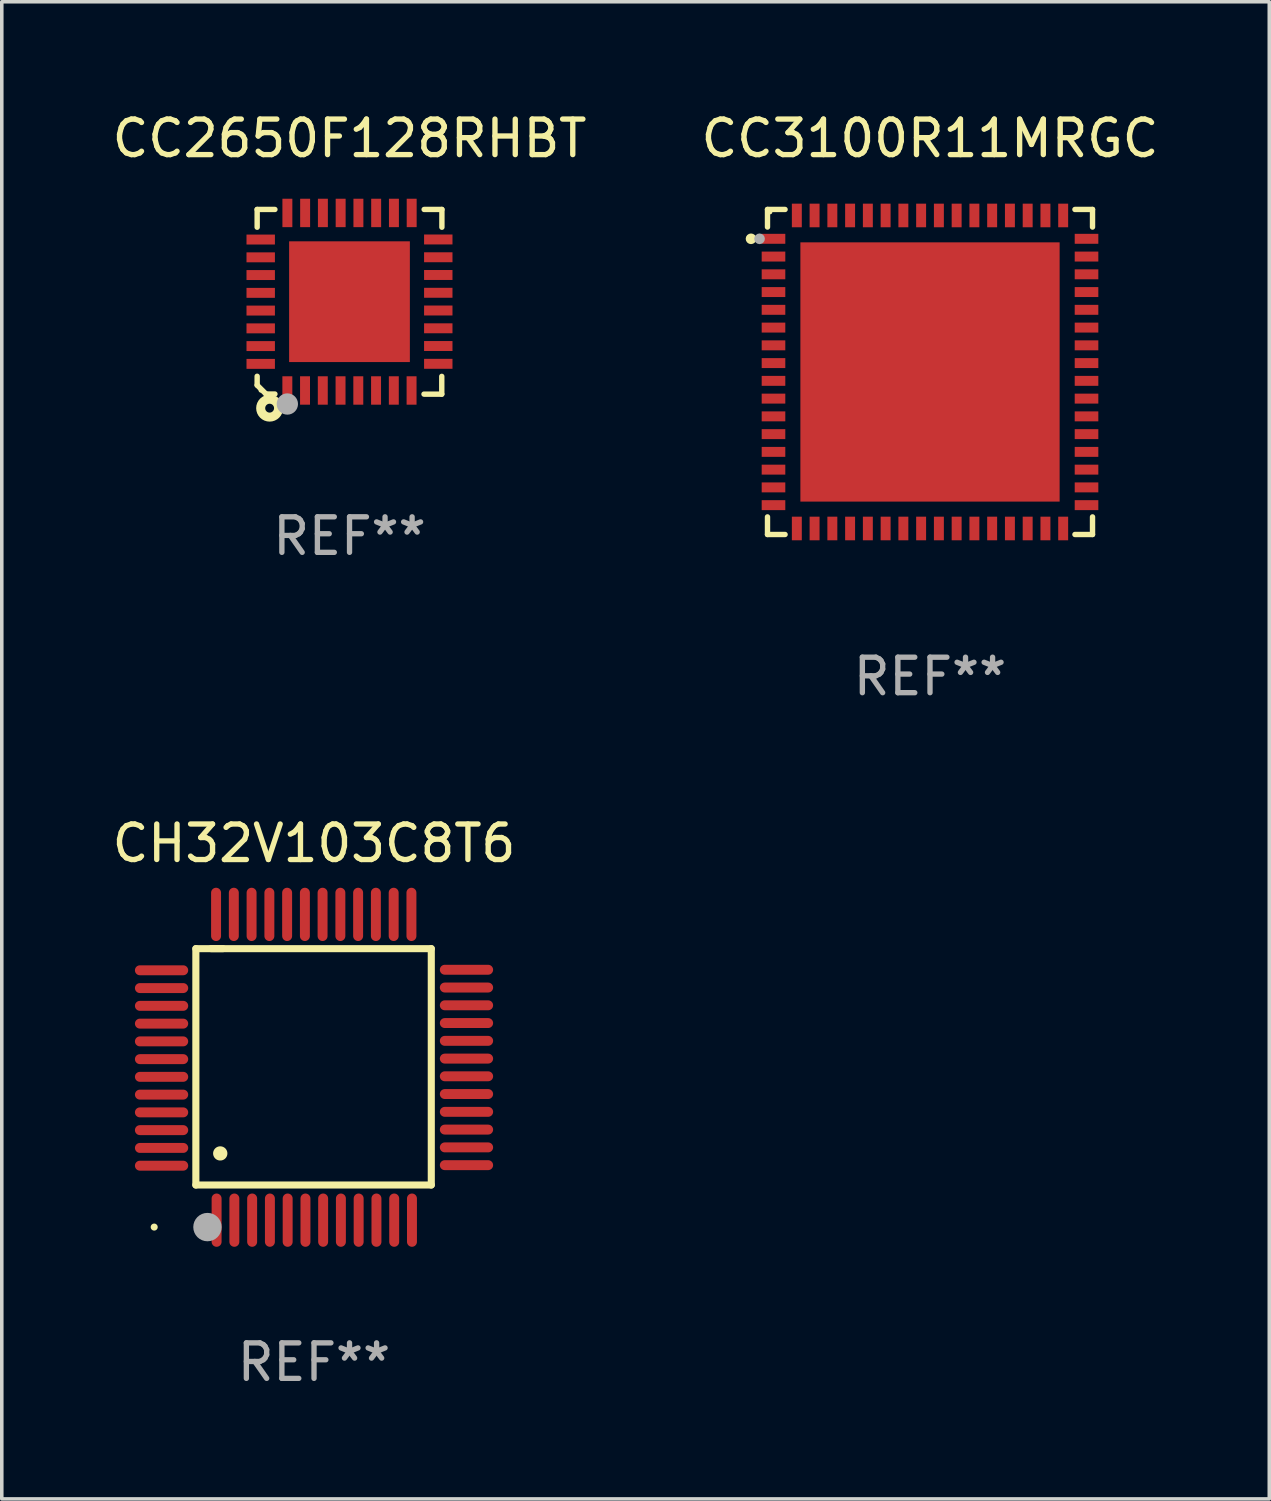
<source format=kicad_pcb>
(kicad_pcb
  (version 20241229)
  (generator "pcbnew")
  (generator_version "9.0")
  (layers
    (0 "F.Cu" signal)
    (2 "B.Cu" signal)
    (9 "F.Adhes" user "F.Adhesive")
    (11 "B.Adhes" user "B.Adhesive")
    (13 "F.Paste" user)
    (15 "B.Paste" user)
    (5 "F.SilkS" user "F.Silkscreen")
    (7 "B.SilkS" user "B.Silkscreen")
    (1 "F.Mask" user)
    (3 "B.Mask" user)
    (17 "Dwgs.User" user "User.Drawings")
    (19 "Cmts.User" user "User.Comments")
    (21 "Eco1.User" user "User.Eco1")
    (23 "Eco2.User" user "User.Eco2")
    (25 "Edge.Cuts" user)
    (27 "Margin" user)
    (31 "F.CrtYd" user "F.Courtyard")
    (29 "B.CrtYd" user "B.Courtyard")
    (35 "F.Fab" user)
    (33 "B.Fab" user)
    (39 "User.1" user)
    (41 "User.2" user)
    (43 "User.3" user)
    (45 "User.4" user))
  (footprint "CH32V103C8T6"
    (layer "F.Cu")
    (at 5.792 27.002)
    (property "Reference" "CH32V103C8T6" (at 0 -6.305 0) (layer "F.SilkS") (effects (font (size 1 1) (thickness 0.15))))
    (attr through_hole)
    (fp_line (start -3.327 -3.34) (end -2.565 -3.34) (stroke (width 0.2) (type solid)) (layer "F.SilkS"))
    (fp_line (start -3.327 3.315) (end -3.327 -3.34) (stroke (width 0.2) (type solid)) (layer "F.SilkS"))
    (fp_line (start -2.896 -3.34) (end 3.302 -3.34) (stroke (width 0.2) (type solid)) (layer "F.SilkS"))
    (fp_line (start 3.302 -3.34) (end 3.302 3.315) (stroke (width 0.2) (type solid)) (layer "F.SilkS"))
    (fp_line (start 3.302 3.315) (end -3.327 3.315) (stroke (width 0.2) (type solid)) (layer "F.SilkS"))
    (fp_arc (start -2.641605 2.425705) (mid -2.640335 2.425701) (end -2.639065 2.425705) (stroke (width 0.4) (type solid)) (layer "F.SilkS"))
    (fp_circle (center -4.5 4.5) (end -4.45 4.5) (stroke (width 0.1) (type solid)) (fill no) (layer "F.SilkS"))
    (fp_circle (center -3 4.5) (end -2.8 4.5) (stroke (width 0.4) (type solid)) (fill no) (layer "F.Fab"))
    (fp_text user "REF**" (at 0 8.305 0) (layer "F.Fab") (effects (font (size 1 1) (thickness 0.15))))
    (pad "1" smd oval (at -2.743 4.305 180) (size 0.28 1.5) (layers "F.Cu" "F.Mask" "F.Paste"))
    (pad "2" smd oval (at -2.243 4.305 180) (size 0.28 1.5) (layers "F.Cu" "F.Mask" "F.Paste"))
    (pad "3" smd oval (at -1.742 4.305 180) (size 0.28 1.5) (layers "F.Cu" "F.Mask" "F.Paste"))
    (pad "4" smd oval (at -1.242 4.305 180) (size 0.28 1.5) (layers "F.Cu" "F.Mask" "F.Paste"))
    (pad "5" smd oval (at -0.742 4.305 180) (size 0.28 1.5) (layers "F.Cu" "F.Mask" "F.Paste"))
    (pad "6" smd oval (at -0.241 4.305 180) (size 0.28 1.5) (layers "F.Cu" "F.Mask" "F.Paste"))
    (pad "7" smd oval (at 0.257 4.305 180) (size 0.28 1.5) (layers "F.Cu" "F.Mask" "F.Paste"))
    (pad "8" smd oval (at 0.757 4.305 180) (size 0.28 1.5) (layers "F.Cu" "F.Mask" "F.Paste"))
    (pad "9" smd oval (at 1.257 4.305 180) (size 0.28 1.5) (layers "F.Cu" "F.Mask" "F.Paste"))
    (pad "10" smd oval (at 1.758 4.305 180) (size 0.28 1.5) (layers "F.Cu" "F.Mask" "F.Paste"))
    (pad "11" smd oval (at 2.258 4.305 180) (size 0.28 1.5) (layers "F.Cu" "F.Mask" "F.Paste"))
    (pad "12" smd oval (at 2.758 4.305 180) (size 0.28 1.5) (layers "F.Cu" "F.Mask" "F.Paste"))
    (pad "13" smd oval (at 4.293 2.756 90) (size 0.28 1.5) (layers "F.Cu" "F.Mask" "F.Paste"))
    (pad "14" smd oval (at 4.293 2.256 90) (size 0.28 1.5) (layers "F.Cu" "F.Mask" "F.Paste"))
    (pad "15" smd oval (at 4.293 1.755 90) (size 0.28 1.5) (layers "F.Cu" "F.Mask" "F.Paste"))
    (pad "16" smd oval (at 4.293 1.255 90) (size 0.28 1.5) (layers "F.Cu" "F.Mask" "F.Paste"))
    (pad "17" smd oval (at 4.293 0.754 90) (size 0.28 1.5) (layers "F.Cu" "F.Mask" "F.Paste"))
    (pad "18" smd oval (at 4.293 0.254 90) (size 0.28 1.5) (layers "F.Cu" "F.Mask" "F.Paste"))
    (pad "19" smd oval (at 4.293 -0.244 90) (size 0.28 1.5) (layers "F.Cu" "F.Mask" "F.Paste"))
    (pad "20" smd oval (at 4.293 -0.744 90) (size 0.28 1.5) (layers "F.Cu" "F.Mask" "F.Paste"))
    (pad "21" smd oval (at 4.293 -1.245 90) (size 0.28 1.5) (layers "F.Cu" "F.Mask" "F.Paste"))
    (pad "22" smd oval (at 4.293 -1.745 90) (size 0.28 1.5) (layers "F.Cu" "F.Mask" "F.Paste"))
    (pad "23" smd oval (at 4.293 -2.245 90) (size 0.28 1.5) (layers "F.Cu" "F.Mask" "F.Paste"))
    (pad "24" smd oval (at 4.293 -2.746 90) (size 0.28 1.5) (layers "F.Cu" "F.Mask" "F.Paste"))
    (pad "25" smd oval (at 2.743 -4.305 180) (size 0.28 1.5) (layers "F.Cu" "F.Mask" "F.Paste"))
    (pad "26" smd oval (at 2.243 -4.305 180) (size 0.28 1.5) (layers "F.Cu" "F.Mask" "F.Paste"))
    (pad "27" smd oval (at 1.742 -4.305 180) (size 0.28 1.5) (layers "F.Cu" "F.Mask" "F.Paste"))
    (pad "28" smd oval (at 1.242 -4.305 180) (size 0.28 1.5) (layers "F.Cu" "F.Mask" "F.Paste"))
    (pad "29" smd oval (at 0.742 -4.305 180) (size 0.28 1.5) (layers "F.Cu" "F.Mask" "F.Paste"))
    (pad "30" smd oval (at 0.241 -4.305 180) (size 0.28 1.5) (layers "F.Cu" "F.Mask" "F.Paste"))
    (pad "31" smd oval (at -0.257 -4.305 180) (size 0.28 1.5) (layers "F.Cu" "F.Mask" "F.Paste"))
    (pad "32" smd oval (at -0.757 -4.305 180) (size 0.28 1.5) (layers "F.Cu" "F.Mask" "F.Paste"))
    (pad "33" smd oval (at -1.257 -4.305 180) (size 0.28 1.5) (layers "F.Cu" "F.Mask" "F.Paste"))
    (pad "34" smd oval (at -1.758 -4.305 180) (size 0.28 1.5) (layers "F.Cu" "F.Mask" "F.Paste"))
    (pad "35" smd oval (at -2.258 -4.305 180) (size 0.28 1.5) (layers "F.Cu" "F.Mask" "F.Paste"))
    (pad "36" smd oval (at -2.758 -4.305 180) (size 0.28 1.5) (layers "F.Cu" "F.Mask" "F.Paste"))
    (pad "37" smd oval (at -4.293 -2.731 90) (size 0.28 1.5) (layers "F.Cu" "F.Mask" "F.Paste"))
    (pad "38" smd oval (at -4.293 -2.23 90) (size 0.28 1.5) (layers "F.Cu" "F.Mask" "F.Paste"))
    (pad "39" smd oval (at -4.293 -1.73 90) (size 0.28 1.5) (layers "F.Cu" "F.Mask" "F.Paste"))
    (pad "40" smd oval (at -4.293 -1.229 90) (size 0.28 1.5) (layers "F.Cu" "F.Mask" "F.Paste"))
    (pad "41" smd oval (at -4.293 -0.729 90) (size 0.28 1.5) (layers "F.Cu" "F.Mask" "F.Paste"))
    (pad "42" smd oval (at -4.293 -0.229 90) (size 0.28 1.5) (layers "F.Cu" "F.Mask" "F.Paste"))
    (pad "43" smd oval (at -4.293 0.269 90) (size 0.28 1.5) (layers "F.Cu" "F.Mask" "F.Paste"))
    (pad "44" smd oval (at -4.293 0.77 90) (size 0.28 1.5) (layers "F.Cu" "F.Mask" "F.Paste"))
    (pad "45" smd oval (at -4.293 1.27 90) (size 0.28 1.5) (layers "F.Cu" "F.Mask" "F.Paste"))
    (pad "46" smd oval (at -4.293 1.77 90) (size 0.28 1.5) (layers "F.Cu" "F.Mask" "F.Paste"))
    (pad "47" smd oval (at -4.293 2.271 90) (size 0.28 1.5) (layers "F.Cu" "F.Mask" "F.Paste"))
    (pad "48" smd oval (at -4.293 2.771 90) (size 0.28 1.5) (layers "F.Cu" "F.Mask" "F.Paste")))
  (footprint "CC3100R11MRGC"
    (layer "F.Cu")
    (at 23.137 7.424)
    (property "Reference" "CC3100R11MRGC" (at 0 -6.576 0) (layer "F.SilkS") (effects (font (size 1 1) (thickness 0.15))))
    (attr through_hole)
    (fp_line (start -4.576 -4.576) (end -4.576 -4.081) (stroke (width 0.152) (type solid)) (layer "F.SilkS"))
    (fp_line (start -4.576 4.576) (end -4.576 4.081) (stroke (width 0.152) (type solid)) (layer "F.SilkS"))
    (fp_line (start -4.081 -4.576) (end -4.576 -4.576) (stroke (width 0.152) (type solid)) (layer "F.SilkS"))
    (fp_line (start -4.081 4.576) (end -4.576 4.576) (stroke (width 0.152) (type solid)) (layer "F.SilkS"))
    (fp_line (start 4.081 -4.576) (end 4.576 -4.576) (stroke (width 0.152) (type solid)) (layer "F.SilkS"))
    (fp_line (start 4.081 4.576) (end 4.576 4.576) (stroke (width 0.152) (type solid)) (layer "F.SilkS"))
    (fp_line (start 4.576 -4.576) (end 4.576 -4.081) (stroke (width 0.152) (type solid)) (layer "F.SilkS"))
    (fp_line (start 4.576 4.576) (end 4.576 4.081) (stroke (width 0.152) (type solid)) (layer "F.SilkS"))
    (fp_circle (center -5.04 -3.75) (end -4.965 -3.75) (stroke (width 0.15) (type solid)) (fill no) (layer "F.SilkS"))
    (fp_circle (center -4.5 -4.5) (end -4.47 -4.5) (stroke (width 0.06) (type solid)) (fill no) (layer "F.SilkS"))
    (fp_circle (center -4.8 -3.75) (end -4.725 -3.75) (stroke (width 0.15) (type solid)) (fill no) (layer "F.Fab"))
    (fp_text user "REF**" (at 0 8.576 0) (layer "F.Fab") (effects (font (size 1 1) (thickness 0.15))))
    (pad "1" smd rect (at -4.407 -3.75) (size 0.665 0.28) (layers "F.Cu" "F.Mask" "F.Paste"))
    (pad "2" smd rect (at -4.407 -3.25) (size 0.665 0.28) (layers "F.Cu" "F.Mask" "F.Paste"))
    (pad "3" smd rect (at -4.407 -2.75) (size 0.665 0.28) (layers "F.Cu" "F.Mask" "F.Paste"))
    (pad "4" smd rect (at -4.407 -2.25) (size 0.665 0.28) (layers "F.Cu" "F.Mask" "F.Paste"))
    (pad "5" smd rect (at -4.407 -1.75) (size 0.665 0.28) (layers "F.Cu" "F.Mask" "F.Paste"))
    (pad "6" smd rect (at -4.407 -1.25) (size 0.665 0.28) (layers "F.Cu" "F.Mask" "F.Paste"))
    (pad "7" smd rect (at -4.407 -0.75) (size 0.665 0.28) (layers "F.Cu" "F.Mask" "F.Paste"))
    (pad "8" smd rect (at -4.407 -0.25) (size 0.665 0.28) (layers "F.Cu" "F.Mask" "F.Paste"))
    (pad "9" smd rect (at -4.407 0.25) (size 0.665 0.28) (layers "F.Cu" "F.Mask" "F.Paste"))
    (pad "10" smd rect (at -4.407 0.75) (size 0.665 0.28) (layers "F.Cu" "F.Mask" "F.Paste"))
    (pad "11" smd rect (at -4.407 1.25) (size 0.665 0.28) (layers "F.Cu" "F.Mask" "F.Paste"))
    (pad "12" smd rect (at -4.407 1.75) (size 0.665 0.28) (layers "F.Cu" "F.Mask" "F.Paste"))
    (pad "13" smd rect (at -4.407 2.25) (size 0.665 0.28) (layers "F.Cu" "F.Mask" "F.Paste"))
    (pad "14" smd rect (at -4.407 2.75) (size 0.665 0.28) (layers "F.Cu" "F.Mask" "F.Paste"))
    (pad "15" smd rect (at -4.407 3.25) (size 0.665 0.28) (layers "F.Cu" "F.Mask" "F.Paste"))
    (pad "16" smd rect (at -4.407 3.75) (size 0.665 0.28) (layers "F.Cu" "F.Mask" "F.Paste"))
    (pad "17" smd rect (at -3.75 4.407) (size 0.28 0.665) (layers "F.Cu" "F.Mask" "F.Paste"))
    (pad "18" smd rect (at -3.25 4.407) (size 0.28 0.665) (layers "F.Cu" "F.Mask" "F.Paste"))
    (pad "19" smd rect (at -2.75 4.407) (size 0.28 0.665) (layers "F.Cu" "F.Mask" "F.Paste"))
    (pad "20" smd rect (at -2.25 4.407) (size 0.28 0.665) (layers "F.Cu" "F.Mask" "F.Paste"))
    (pad "21" smd rect (at -1.75 4.407) (size 0.28 0.665) (layers "F.Cu" "F.Mask" "F.Paste"))
    (pad "22" smd rect (at -1.25 4.407) (size 0.28 0.665) (layers "F.Cu" "F.Mask" "F.Paste"))
    (pad "23" smd rect (at -0.75 4.407) (size 0.28 0.665) (layers "F.Cu" "F.Mask" "F.Paste"))
    (pad "24" smd rect (at -0.25 4.407) (size 0.28 0.665) (layers "F.Cu" "F.Mask" "F.Paste"))
    (pad "25" smd rect (at 0.25 4.407) (size 0.28 0.665) (layers "F.Cu" "F.Mask" "F.Paste"))
    (pad "26" smd rect (at 0.75 4.407) (size 0.28 0.665) (layers "F.Cu" "F.Mask" "F.Paste"))
    (pad "27" smd rect (at 1.25 4.407) (size 0.28 0.665) (layers "F.Cu" "F.Mask" "F.Paste"))
    (pad "28" smd rect (at 1.75 4.407) (size 0.28 0.665) (layers "F.Cu" "F.Mask" "F.Paste"))
    (pad "29" smd rect (at 2.25 4.407) (size 0.28 0.665) (layers "F.Cu" "F.Mask" "F.Paste"))
    (pad "30" smd rect (at 2.75 4.407) (size 0.28 0.665) (layers "F.Cu" "F.Mask" "F.Paste"))
    (pad "31" smd rect (at 3.25 4.407) (size 0.28 0.665) (layers "F.Cu" "F.Mask" "F.Paste"))
    (pad "32" smd rect (at 3.75 4.407) (size 0.28 0.665) (layers "F.Cu" "F.Mask" "F.Paste"))
    (pad "33" smd rect (at 4.407 3.75) (size 0.665 0.28) (layers "F.Cu" "F.Mask" "F.Paste"))
    (pad "34" smd rect (at 4.407 3.25) (size 0.665 0.28) (layers "F.Cu" "F.Mask" "F.Paste"))
    (pad "35" smd rect (at 4.407 2.75) (size 0.665 0.28) (layers "F.Cu" "F.Mask" "F.Paste"))
    (pad "36" smd rect (at 4.407 2.25) (size 0.665 0.28) (layers "F.Cu" "F.Mask" "F.Paste"))
    (pad "37" smd rect (at 4.407 1.75) (size 0.665 0.28) (layers "F.Cu" "F.Mask" "F.Paste"))
    (pad "38" smd rect (at 4.407 1.25) (size 0.665 0.28) (layers "F.Cu" "F.Mask" "F.Paste"))
    (pad "39" smd rect (at 4.407 0.75) (size 0.665 0.28) (layers "F.Cu" "F.Mask" "F.Paste"))
    (pad "40" smd rect (at 4.407 0.25) (size 0.665 0.28) (layers "F.Cu" "F.Mask" "F.Paste"))
    (pad "41" smd rect (at 4.407 -0.25) (size 0.665 0.28) (layers "F.Cu" "F.Mask" "F.Paste"))
    (pad "42" smd rect (at 4.407 -0.75) (size 0.665 0.28) (layers "F.Cu" "F.Mask" "F.Paste"))
    (pad "43" smd rect (at 4.407 -1.25) (size 0.665 0.28) (layers "F.Cu" "F.Mask" "F.Paste"))
    (pad "44" smd rect (at 4.407 -1.75) (size 0.665 0.28) (layers "F.Cu" "F.Mask" "F.Paste"))
    (pad "45" smd rect (at 4.407 -2.25) (size 0.665 0.28) (layers "F.Cu" "F.Mask" "F.Paste"))
    (pad "46" smd rect (at 4.407 -2.75) (size 0.665 0.28) (layers "F.Cu" "F.Mask" "F.Paste"))
    (pad "47" smd rect (at 4.407 -3.25) (size 0.665 0.28) (layers "F.Cu" "F.Mask" "F.Paste"))
    (pad "48" smd rect (at 4.407 -3.75) (size 0.665 0.28) (layers "F.Cu" "F.Mask" "F.Paste"))
    (pad "49" smd rect (at 3.75 -4.407) (size 0.28 0.665) (layers "F.Cu" "F.Mask" "F.Paste"))
    (pad "50" smd rect (at 3.25 -4.407) (size 0.28 0.665) (layers "F.Cu" "F.Mask" "F.Paste"))
    (pad "51" smd rect (at 2.75 -4.407) (size 0.28 0.665) (layers "F.Cu" "F.Mask" "F.Paste"))
    (pad "52" smd rect (at 2.25 -4.407) (size 0.28 0.665) (layers "F.Cu" "F.Mask" "F.Paste"))
    (pad "53" smd rect (at 1.75 -4.407) (size 0.28 0.665) (layers "F.Cu" "F.Mask" "F.Paste"))
    (pad "54" smd rect (at 1.25 -4.407) (size 0.28 0.665) (layers "F.Cu" "F.Mask" "F.Paste"))
    (pad "55" smd rect (at 0.75 -4.407) (size 0.28 0.665) (layers "F.Cu" "F.Mask" "F.Paste"))
    (pad "56" smd rect (at 0.25 -4.407) (size 0.28 0.665) (layers "F.Cu" "F.Mask" "F.Paste"))
    (pad "57" smd rect (at -0.25 -4.407) (size 0.28 0.665) (layers "F.Cu" "F.Mask" "F.Paste"))
    (pad "58" smd rect (at -0.75 -4.407) (size 0.28 0.665) (layers "F.Cu" "F.Mask" "F.Paste"))
    (pad "59" smd rect (at -1.25 -4.407) (size 0.28 0.665) (layers "F.Cu" "F.Mask" "F.Paste"))
    (pad "60" smd rect (at -1.75 -4.407) (size 0.28 0.665) (layers "F.Cu" "F.Mask" "F.Paste"))
    (pad "61" smd rect (at -2.25 -4.407) (size 0.28 0.665) (layers "F.Cu" "F.Mask" "F.Paste"))
    (pad "62" smd rect (at -2.75 -4.407) (size 0.28 0.665) (layers "F.Cu" "F.Mask" "F.Paste"))
    (pad "63" smd rect (at -3.25 -4.407) (size 0.28 0.665) (layers "F.Cu" "F.Mask" "F.Paste"))
    (pad "64" smd rect (at -3.75 -4.407) (size 0.28 0.665) (layers "F.Cu" "F.Mask" "F.Paste"))
    (pad "65" smd rect (at 0 0) (size 7.3 7.3) (layers "F.Cu" "F.Mask" "F.Paste")))
  (footprint "CC2650F128RHBT"
    (layer "F.Cu")
    (at 6.792 5.448)
    (property "Reference" "CC2650F128RHBT" (at 0 -4.6 0) (layer "F.SilkS") (effects (font (size 1 1) (thickness 0.15))))
    (attr through_hole)
    (fp_line (start -2.601 2.097) (end -2.601 2.347) (stroke (width 0.152) (type solid)) (layer "F.SilkS"))
    (fp_line (start -2.601 2.347) (end -2.351 2.597) (stroke (width 0.152) (type solid)) (layer "F.SilkS"))
    (fp_line (start -2.601 -2.6) (end -2.601 -2.1) (stroke (width 0.152) (type solid)) (layer "F.SilkS"))
    (fp_line (start -2.601 -2.6) (end -2.101 -2.6) (stroke (width 0.152) (type solid)) (layer "F.SilkS"))
    (fp_line (start -2.351 2.597) (end -2.101 2.597) (stroke (width 0.152) (type solid)) (layer "F.SilkS"))
    (fp_line (start 2.597 2.6) (end 2.097 2.6) (stroke (width 0.152) (type solid)) (layer "F.SilkS"))
    (fp_line (start 2.597 2.6) (end 2.597 2.1) (stroke (width 0.152) (type solid)) (layer "F.SilkS"))
    (fp_line (start 2.601 -2.6) (end 2.101 -2.6) (stroke (width 0.152) (type solid)) (layer "F.SilkS"))
    (fp_line (start 2.601 -2.6) (end 2.601 -2.1) (stroke (width 0.152) (type solid)) (layer "F.SilkS"))
    (fp_circle (center -2.501 2.497) (end -2.471 2.497) (stroke (width 0.06) (type solid)) (fill no) (layer "F.SilkS"))
    (fp_circle (center -2.25 2.995) (end -2.125 2.995) (stroke (width 0.254) (type solid)) (fill no) (layer "F.SilkS"))
    (fp_circle (center -1.751 2.878) (end -1.601 2.878) (stroke (width 0.3) (type solid)) (fill no) (layer "F.Fab"))
    (fp_text user "REF**" (at 0 6.6 0) (layer "F.Fab") (effects (font (size 1 1) (thickness 0.15))))
    (pad "1" smd rect (at -1.751 2.497) (size 0.28 0.8) (layers "F.Cu" "F.Mask" "F.Paste"))
    (pad "2" smd rect (at -1.253 2.497) (size 0.28 0.8) (layers "F.Cu" "F.Mask" "F.Paste"))
    (pad "3" smd rect (at -0.753 2.497) (size 0.28 0.8) (layers "F.Cu" "F.Mask" "F.Paste"))
    (pad "4" smd rect (at -0.253 2.497) (size 0.28 0.8) (layers "F.Cu" "F.Mask" "F.Paste"))
    (pad "5" smd rect (at 0.247 2.497) (size 0.28 0.8) (layers "F.Cu" "F.Mask" "F.Paste"))
    (pad "6" smd rect (at 0.747 2.497) (size 0.28 0.8) (layers "F.Cu" "F.Mask" "F.Paste"))
    (pad "7" smd rect (at 1.247 2.497) (size 0.28 0.8) (layers "F.Cu" "F.Mask" "F.Paste"))
    (pad "8" smd rect (at 1.747 2.497) (size 0.28 0.8) (layers "F.Cu" "F.Mask" "F.Paste"))
    (pad "9" smd rect (at 2.499 1.746) (size 0.8 0.28) (layers "F.Cu" "F.Mask" "F.Paste"))
    (pad "10" smd rect (at 2.499 1.245) (size 0.8 0.28) (layers "F.Cu" "F.Mask" "F.Paste"))
    (pad "11" smd rect (at 2.499 0.746) (size 0.8 0.28) (layers "F.Cu" "F.Mask" "F.Paste"))
    (pad "12" smd rect (at 2.499 0.245) (size 0.8 0.28) (layers "F.Cu" "F.Mask" "F.Paste"))
    (pad "13" smd rect (at 2.499 -0.254) (size 0.8 0.28) (layers "F.Cu" "F.Mask" "F.Paste"))
    (pad "14" smd rect (at 2.499 -0.755) (size 0.8 0.28) (layers "F.Cu" "F.Mask" "F.Paste"))
    (pad "15" smd rect (at 2.499 -1.254) (size 0.8 0.28) (layers "F.Cu" "F.Mask" "F.Paste"))
    (pad "16" smd rect (at 2.499 -1.755) (size 0.8 0.28) (layers "F.Cu" "F.Mask" "F.Paste"))
    (pad "17" smd rect (at 1.75 -2.502) (size 0.28 0.8) (layers "F.Cu" "F.Mask" "F.Paste"))
    (pad "18" smd rect (at 1.25 -2.502) (size 0.28 0.8) (layers "F.Cu" "F.Mask" "F.Paste"))
    (pad "19" smd rect (at 0.75 -2.502) (size 0.28 0.8) (layers "F.Cu" "F.Mask" "F.Paste"))
    (pad "20" smd rect (at 0.25 -2.502) (size 0.28 0.8) (layers "F.Cu" "F.Mask" "F.Paste"))
    (pad "21" smd rect (at -0.25 -2.502) (size 0.28 0.8) (layers "F.Cu" "F.Mask" "F.Paste"))
    (pad "22" smd rect (at -0.75 -2.502) (size 0.28 0.8) (layers "F.Cu" "F.Mask" "F.Paste"))
    (pad "23" smd rect (at -1.25 -2.502) (size 0.28 0.8) (layers "F.Cu" "F.Mask" "F.Paste"))
    (pad "24" smd rect (at -1.75 -2.502) (size 0.28 0.8) (layers "F.Cu" "F.Mask" "F.Paste"))
    (pad "25" smd rect (at -2.501 -1.753) (size 0.8 0.28) (layers "F.Cu" "F.Mask" "F.Paste"))
    (pad "26" smd rect (at -2.501 -1.252) (size 0.8 0.28) (layers "F.Cu" "F.Mask" "F.Paste"))
    (pad "27" smd rect (at -2.501 -0.753) (size 0.8 0.28) (layers "F.Cu" "F.Mask" "F.Paste"))
    (pad "28" smd rect (at -2.501 -0.252) (size 0.8 0.28) (layers "F.Cu" "F.Mask" "F.Paste"))
    (pad "29" smd rect (at -2.501 0.247) (size 0.8 0.28) (layers "F.Cu" "F.Mask" "F.Paste"))
    (pad "30" smd rect (at -2.501 0.748) (size 0.8 0.28) (layers "F.Cu" "F.Mask" "F.Paste"))
    (pad "31" smd rect (at -2.501 1.247) (size 0.8 0.28) (layers "F.Cu" "F.Mask" "F.Paste"))
    (pad "32" smd rect (at -2.501 1.748) (size 0.8 0.28) (layers "F.Cu" "F.Mask" "F.Paste"))
    (pad "33" smd rect (at -0.001 -0.003 180) (size 3.4 3.4) (layers "F.Cu" "F.Mask" "F.Paste")))
  (gr_rect
    (start -3 -3)
    (end 32.69 39.156)
    (stroke (width 0.1) (type default))
    (fill no)
    (layer "Edge.Cuts")))
</source>
